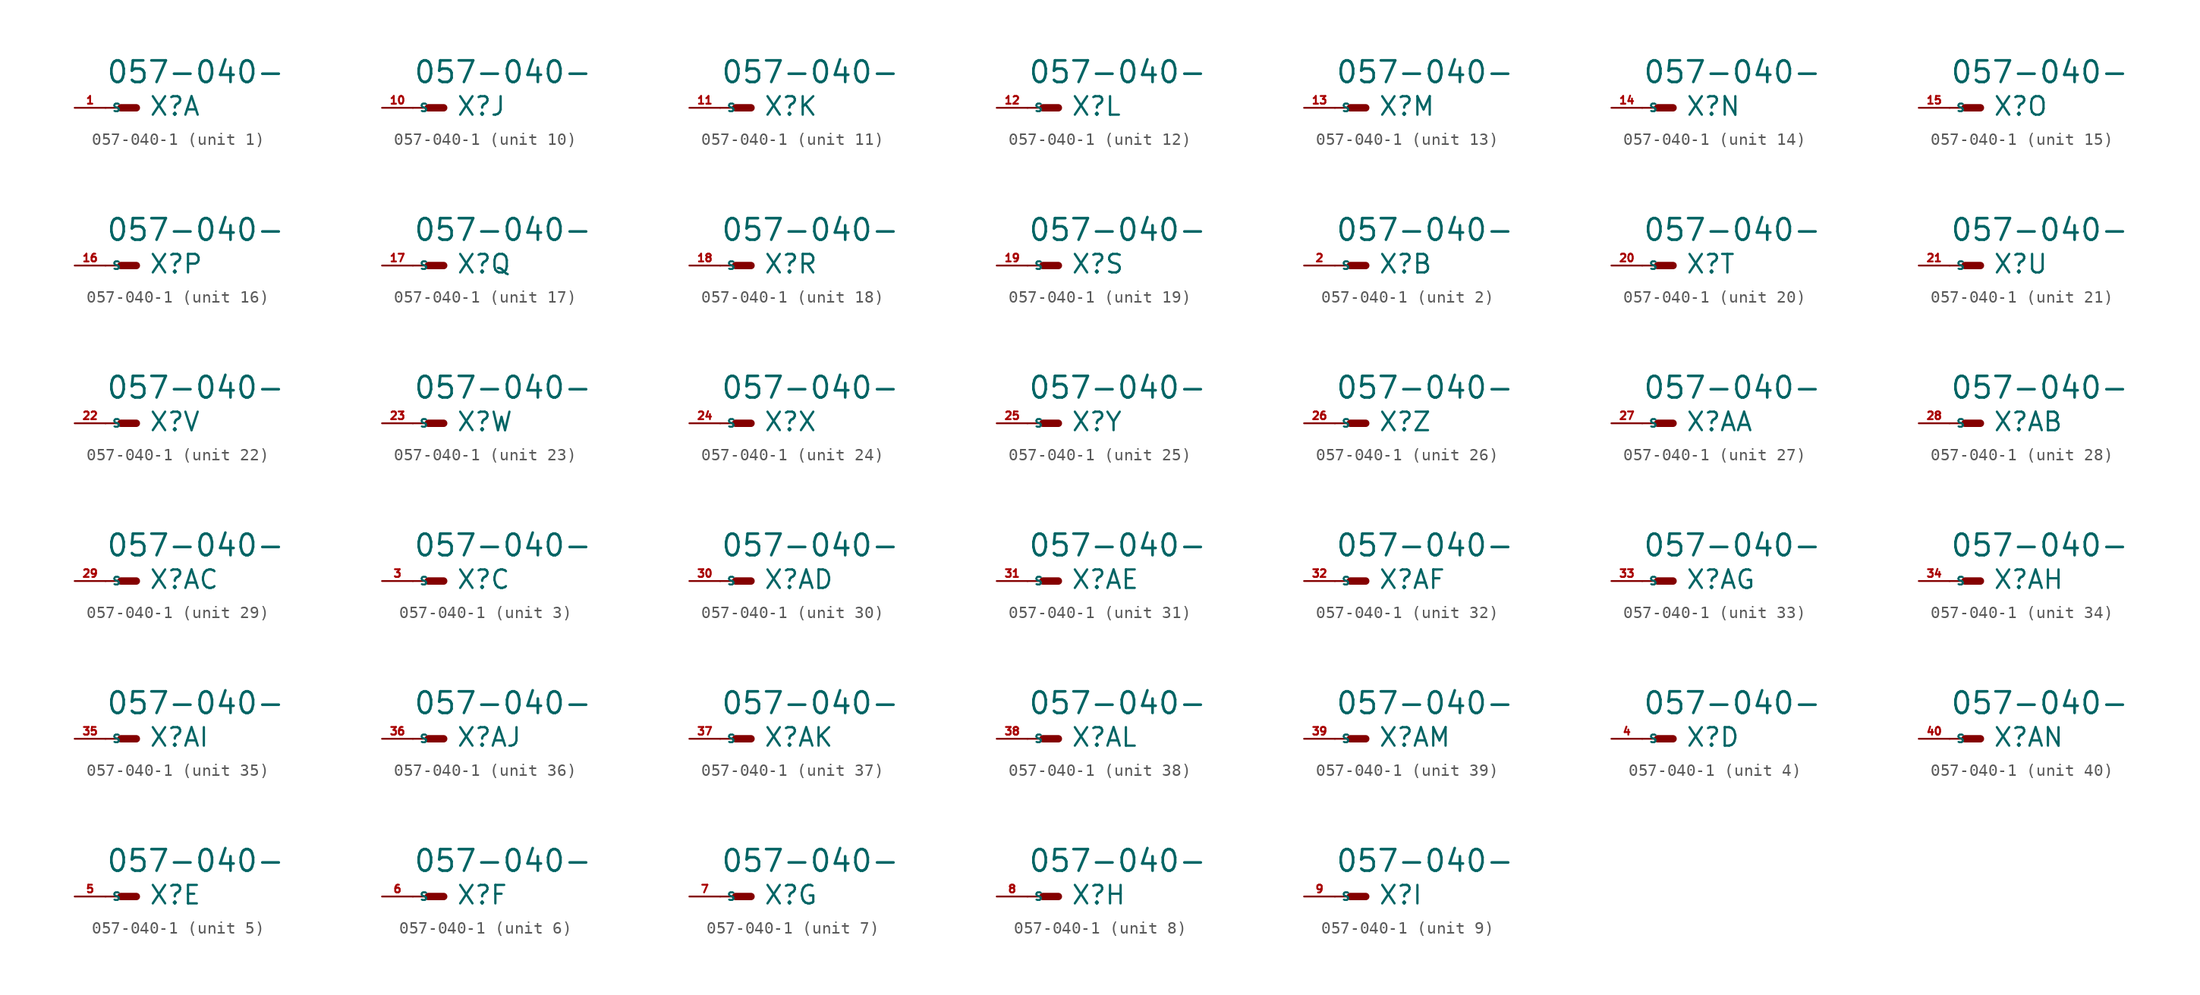
<source format=kicad_sym>
(kicad_symbol_lib
  (version 20220914)
  (generator Eagle2Kicad)
  (symbol "057-040-1"
    (property "Reference" "X"
      (at 1.016 -0.762 0)
      (effects (font (size 1.524 1.524) (thickness 0.19)) (justify left bottom)))
    (property "Value" "057-040-"
      (at -2.54 1.905 0)
      (effects (font (size 1.778 1.778) (thickness 0.22)) (justify left bottom)))
    (symbol "057-040-1_1_0"
      (polyline (pts (xy 0 0) (xy -1.27 0)) (stroke (width 0.61) (type default)) (fill (type none)))
      (polyline (pts (xy -2.54 0) (xy -1.27 0)) (stroke (width 0.152) (type default)) (fill (type none)))
      (pin passive line (at -5.08 0 0) (length 2.54) (name "S" (effects (font (size 0.635 0.635) (thickness 0.08)) (justify left bottom))) (number "1" (effects (font (size 0.635 0.635) (thickness 0.08)) (justify left bottom)))))
    (symbol "057-040-1_2_0"
      (polyline (pts (xy 0 0) (xy -1.27 0)) (stroke (width 0.61) (type default)) (fill (type none)))
      (polyline (pts (xy -2.54 0) (xy -1.27 0)) (stroke (width 0.152) (type default)) (fill (type none)))
      (pin passive line (at -5.08 0 0) (length 2.54) (name "S" (effects (font (size 0.635 0.635) (thickness 0.08)) (justify left bottom))) (number "2" (effects (font (size 0.635 0.635) (thickness 0.08)) (justify left bottom)))))
    (symbol "057-040-1_3_0"
      (polyline (pts (xy 0 0) (xy -1.27 0)) (stroke (width 0.61) (type default)) (fill (type none)))
      (polyline (pts (xy -2.54 0) (xy -1.27 0)) (stroke (width 0.152) (type default)) (fill (type none)))
      (pin passive line (at -5.08 0 0) (length 2.54) (name "S" (effects (font (size 0.635 0.635) (thickness 0.08)) (justify left bottom))) (number "3" (effects (font (size 0.635 0.635) (thickness 0.08)) (justify left bottom)))))
    (symbol "057-040-1_4_0"
      (polyline (pts (xy 0 0) (xy -1.27 0)) (stroke (width 0.61) (type default)) (fill (type none)))
      (polyline (pts (xy -2.54 0) (xy -1.27 0)) (stroke (width 0.152) (type default)) (fill (type none)))
      (pin passive line (at -5.08 0 0) (length 2.54) (name "S" (effects (font (size 0.635 0.635) (thickness 0.08)) (justify left bottom))) (number "4" (effects (font (size 0.635 0.635) (thickness 0.08)) (justify left bottom)))))
    (symbol "057-040-1_5_0"
      (polyline (pts (xy 0 0) (xy -1.27 0)) (stroke (width 0.61) (type default)) (fill (type none)))
      (polyline (pts (xy -2.54 0) (xy -1.27 0)) (stroke (width 0.152) (type default)) (fill (type none)))
      (pin passive line (at -5.08 0 0) (length 2.54) (name "S" (effects (font (size 0.635 0.635) (thickness 0.08)) (justify left bottom))) (number "5" (effects (font (size 0.635 0.635) (thickness 0.08)) (justify left bottom)))))
    (symbol "057-040-1_6_0"
      (polyline (pts (xy 0 0) (xy -1.27 0)) (stroke (width 0.61) (type default)) (fill (type none)))
      (polyline (pts (xy -2.54 0) (xy -1.27 0)) (stroke (width 0.152) (type default)) (fill (type none)))
      (pin passive line (at -5.08 0 0) (length 2.54) (name "S" (effects (font (size 0.635 0.635) (thickness 0.08)) (justify left bottom))) (number "6" (effects (font (size 0.635 0.635) (thickness 0.08)) (justify left bottom)))))
    (symbol "057-040-1_7_0"
      (polyline (pts (xy 0 0) (xy -1.27 0)) (stroke (width 0.61) (type default)) (fill (type none)))
      (polyline (pts (xy -2.54 0) (xy -1.27 0)) (stroke (width 0.152) (type default)) (fill (type none)))
      (pin passive line (at -5.08 0 0) (length 2.54) (name "S" (effects (font (size 0.635 0.635) (thickness 0.08)) (justify left bottom))) (number "7" (effects (font (size 0.635 0.635) (thickness 0.08)) (justify left bottom)))))
    (symbol "057-040-1_8_0"
      (polyline (pts (xy 0 0) (xy -1.27 0)) (stroke (width 0.61) (type default)) (fill (type none)))
      (polyline (pts (xy -2.54 0) (xy -1.27 0)) (stroke (width 0.152) (type default)) (fill (type none)))
      (pin passive line (at -5.08 0 0) (length 2.54) (name "S" (effects (font (size 0.635 0.635) (thickness 0.08)) (justify left bottom))) (number "8" (effects (font (size 0.635 0.635) (thickness 0.08)) (justify left bottom)))))
    (symbol "057-040-1_9_0"
      (polyline (pts (xy 0 0) (xy -1.27 0)) (stroke (width 0.61) (type default)) (fill (type none)))
      (polyline (pts (xy -2.54 0) (xy -1.27 0)) (stroke (width 0.152) (type default)) (fill (type none)))
      (pin passive line (at -5.08 0 0) (length 2.54) (name "S" (effects (font (size 0.635 0.635) (thickness 0.08)) (justify left bottom))) (number "9" (effects (font (size 0.635 0.635) (thickness 0.08)) (justify left bottom)))))
    (symbol "057-040-1_10_0"
      (polyline (pts (xy 0 0) (xy -1.27 0)) (stroke (width 0.61) (type default)) (fill (type none)))
      (polyline (pts (xy -2.54 0) (xy -1.27 0)) (stroke (width 0.152) (type default)) (fill (type none)))
      (pin passive line (at -5.08 0 0) (length 2.54) (name "S" (effects (font (size 0.635 0.635) (thickness 0.08)) (justify left bottom))) (number "10" (effects (font (size 0.635 0.635) (thickness 0.08)) (justify left bottom)))))
    (symbol "057-040-1_11_0"
      (polyline (pts (xy 0 0) (xy -1.27 0)) (stroke (width 0.61) (type default)) (fill (type none)))
      (polyline (pts (xy -2.54 0) (xy -1.27 0)) (stroke (width 0.152) (type default)) (fill (type none)))
      (pin passive line (at -5.08 0 0) (length 2.54) (name "S" (effects (font (size 0.635 0.635) (thickness 0.08)) (justify left bottom))) (number "11" (effects (font (size 0.635 0.635) (thickness 0.08)) (justify left bottom)))))
    (symbol "057-040-1_12_0"
      (polyline (pts (xy 0 0) (xy -1.27 0)) (stroke (width 0.61) (type default)) (fill (type none)))
      (polyline (pts (xy -2.54 0) (xy -1.27 0)) (stroke (width 0.152) (type default)) (fill (type none)))
      (pin passive line (at -5.08 0 0) (length 2.54) (name "S" (effects (font (size 0.635 0.635) (thickness 0.08)) (justify left bottom))) (number "12" (effects (font (size 0.635 0.635) (thickness 0.08)) (justify left bottom)))))
    (symbol "057-040-1_13_0"
      (polyline (pts (xy 0 0) (xy -1.27 0)) (stroke (width 0.61) (type default)) (fill (type none)))
      (polyline (pts (xy -2.54 0) (xy -1.27 0)) (stroke (width 0.152) (type default)) (fill (type none)))
      (pin passive line (at -5.08 0 0) (length 2.54) (name "S" (effects (font (size 0.635 0.635) (thickness 0.08)) (justify left bottom))) (number "13" (effects (font (size 0.635 0.635) (thickness 0.08)) (justify left bottom)))))
    (symbol "057-040-1_14_0"
      (polyline (pts (xy 0 0) (xy -1.27 0)) (stroke (width 0.61) (type default)) (fill (type none)))
      (polyline (pts (xy -2.54 0) (xy -1.27 0)) (stroke (width 0.152) (type default)) (fill (type none)))
      (pin passive line (at -5.08 0 0) (length 2.54) (name "S" (effects (font (size 0.635 0.635) (thickness 0.08)) (justify left bottom))) (number "14" (effects (font (size 0.635 0.635) (thickness 0.08)) (justify left bottom)))))
    (symbol "057-040-1_15_0"
      (polyline (pts (xy 0 0) (xy -1.27 0)) (stroke (width 0.61) (type default)) (fill (type none)))
      (polyline (pts (xy -2.54 0) (xy -1.27 0)) (stroke (width 0.152) (type default)) (fill (type none)))
      (pin passive line (at -5.08 0 0) (length 2.54) (name "S" (effects (font (size 0.635 0.635) (thickness 0.08)) (justify left bottom))) (number "15" (effects (font (size 0.635 0.635) (thickness 0.08)) (justify left bottom)))))
    (symbol "057-040-1_16_0"
      (polyline (pts (xy 0 0) (xy -1.27 0)) (stroke (width 0.61) (type default)) (fill (type none)))
      (polyline (pts (xy -2.54 0) (xy -1.27 0)) (stroke (width 0.152) (type default)) (fill (type none)))
      (pin passive line (at -5.08 0 0) (length 2.54) (name "S" (effects (font (size 0.635 0.635) (thickness 0.08)) (justify left bottom))) (number "16" (effects (font (size 0.635 0.635) (thickness 0.08)) (justify left bottom)))))
    (symbol "057-040-1_17_0"
      (polyline (pts (xy 0 0) (xy -1.27 0)) (stroke (width 0.61) (type default)) (fill (type none)))
      (polyline (pts (xy -2.54 0) (xy -1.27 0)) (stroke (width 0.152) (type default)) (fill (type none)))
      (pin passive line (at -5.08 0 0) (length 2.54) (name "S" (effects (font (size 0.635 0.635) (thickness 0.08)) (justify left bottom))) (number "17" (effects (font (size 0.635 0.635) (thickness 0.08)) (justify left bottom)))))
    (symbol "057-040-1_18_0"
      (polyline (pts (xy 0 0) (xy -1.27 0)) (stroke (width 0.61) (type default)) (fill (type none)))
      (polyline (pts (xy -2.54 0) (xy -1.27 0)) (stroke (width 0.152) (type default)) (fill (type none)))
      (pin passive line (at -5.08 0 0) (length 2.54) (name "S" (effects (font (size 0.635 0.635) (thickness 0.08)) (justify left bottom))) (number "18" (effects (font (size 0.635 0.635) (thickness 0.08)) (justify left bottom)))))
    (symbol "057-040-1_19_0"
      (polyline (pts (xy 0 0) (xy -1.27 0)) (stroke (width 0.61) (type default)) (fill (type none)))
      (polyline (pts (xy -2.54 0) (xy -1.27 0)) (stroke (width 0.152) (type default)) (fill (type none)))
      (pin passive line (at -5.08 0 0) (length 2.54) (name "S" (effects (font (size 0.635 0.635) (thickness 0.08)) (justify left bottom))) (number "19" (effects (font (size 0.635 0.635) (thickness 0.08)) (justify left bottom)))))
    (symbol "057-040-1_20_0"
      (polyline (pts (xy 0 0) (xy -1.27 0)) (stroke (width 0.61) (type default)) (fill (type none)))
      (polyline (pts (xy -2.54 0) (xy -1.27 0)) (stroke (width 0.152) (type default)) (fill (type none)))
      (pin passive line (at -5.08 0 0) (length 2.54) (name "S" (effects (font (size 0.635 0.635) (thickness 0.08)) (justify left bottom))) (number "20" (effects (font (size 0.635 0.635) (thickness 0.08)) (justify left bottom)))))
    (symbol "057-040-1_21_0"
      (polyline (pts (xy 0 0) (xy -1.27 0)) (stroke (width 0.61) (type default)) (fill (type none)))
      (polyline (pts (xy -2.54 0) (xy -1.27 0)) (stroke (width 0.152) (type default)) (fill (type none)))
      (pin passive line (at -5.08 0 0) (length 2.54) (name "S" (effects (font (size 0.635 0.635) (thickness 0.08)) (justify left bottom))) (number "21" (effects (font (size 0.635 0.635) (thickness 0.08)) (justify left bottom)))))
    (symbol "057-040-1_22_0"
      (polyline (pts (xy 0 0) (xy -1.27 0)) (stroke (width 0.61) (type default)) (fill (type none)))
      (polyline (pts (xy -2.54 0) (xy -1.27 0)) (stroke (width 0.152) (type default)) (fill (type none)))
      (pin passive line (at -5.08 0 0) (length 2.54) (name "S" (effects (font (size 0.635 0.635) (thickness 0.08)) (justify left bottom))) (number "22" (effects (font (size 0.635 0.635) (thickness 0.08)) (justify left bottom)))))
    (symbol "057-040-1_23_0"
      (polyline (pts (xy 0 0) (xy -1.27 0)) (stroke (width 0.61) (type default)) (fill (type none)))
      (polyline (pts (xy -2.54 0) (xy -1.27 0)) (stroke (width 0.152) (type default)) (fill (type none)))
      (pin passive line (at -5.08 0 0) (length 2.54) (name "S" (effects (font (size 0.635 0.635) (thickness 0.08)) (justify left bottom))) (number "23" (effects (font (size 0.635 0.635) (thickness 0.08)) (justify left bottom)))))
    (symbol "057-040-1_24_0"
      (polyline (pts (xy 0 0) (xy -1.27 0)) (stroke (width 0.61) (type default)) (fill (type none)))
      (polyline (pts (xy -2.54 0) (xy -1.27 0)) (stroke (width 0.152) (type default)) (fill (type none)))
      (pin passive line (at -5.08 0 0) (length 2.54) (name "S" (effects (font (size 0.635 0.635) (thickness 0.08)) (justify left bottom))) (number "24" (effects (font (size 0.635 0.635) (thickness 0.08)) (justify left bottom)))))
    (symbol "057-040-1_25_0"
      (polyline (pts (xy 0 0) (xy -1.27 0)) (stroke (width 0.61) (type default)) (fill (type none)))
      (polyline (pts (xy -2.54 0) (xy -1.27 0)) (stroke (width 0.152) (type default)) (fill (type none)))
      (pin passive line (at -5.08 0 0) (length 2.54) (name "S" (effects (font (size 0.635 0.635) (thickness 0.08)) (justify left bottom))) (number "25" (effects (font (size 0.635 0.635) (thickness 0.08)) (justify left bottom)))))
    (symbol "057-040-1_26_0"
      (polyline (pts (xy 0 0) (xy -1.27 0)) (stroke (width 0.61) (type default)) (fill (type none)))
      (polyline (pts (xy -2.54 0) (xy -1.27 0)) (stroke (width 0.152) (type default)) (fill (type none)))
      (pin passive line (at -5.08 0 0) (length 2.54) (name "S" (effects (font (size 0.635 0.635) (thickness 0.08)) (justify left bottom))) (number "26" (effects (font (size 0.635 0.635) (thickness 0.08)) (justify left bottom)))))
    (symbol "057-040-1_27_0"
      (polyline (pts (xy 0 0) (xy -1.27 0)) (stroke (width 0.61) (type default)) (fill (type none)))
      (polyline (pts (xy -2.54 0) (xy -1.27 0)) (stroke (width 0.152) (type default)) (fill (type none)))
      (pin passive line (at -5.08 0 0) (length 2.54) (name "S" (effects (font (size 0.635 0.635) (thickness 0.08)) (justify left bottom))) (number "27" (effects (font (size 0.635 0.635) (thickness 0.08)) (justify left bottom)))))
    (symbol "057-040-1_28_0"
      (polyline (pts (xy 0 0) (xy -1.27 0)) (stroke (width 0.61) (type default)) (fill (type none)))
      (polyline (pts (xy -2.54 0) (xy -1.27 0)) (stroke (width 0.152) (type default)) (fill (type none)))
      (pin passive line (at -5.08 0 0) (length 2.54) (name "S" (effects (font (size 0.635 0.635) (thickness 0.08)) (justify left bottom))) (number "28" (effects (font (size 0.635 0.635) (thickness 0.08)) (justify left bottom)))))
    (symbol "057-040-1_29_0"
      (polyline (pts (xy 0 0) (xy -1.27 0)) (stroke (width 0.61) (type default)) (fill (type none)))
      (polyline (pts (xy -2.54 0) (xy -1.27 0)) (stroke (width 0.152) (type default)) (fill (type none)))
      (pin passive line (at -5.08 0 0) (length 2.54) (name "S" (effects (font (size 0.635 0.635) (thickness 0.08)) (justify left bottom))) (number "29" (effects (font (size 0.635 0.635) (thickness 0.08)) (justify left bottom)))))
    (symbol "057-040-1_30_0"
      (polyline (pts (xy 0 0) (xy -1.27 0)) (stroke (width 0.61) (type default)) (fill (type none)))
      (polyline (pts (xy -2.54 0) (xy -1.27 0)) (stroke (width 0.152) (type default)) (fill (type none)))
      (pin passive line (at -5.08 0 0) (length 2.54) (name "S" (effects (font (size 0.635 0.635) (thickness 0.08)) (justify left bottom))) (number "30" (effects (font (size 0.635 0.635) (thickness 0.08)) (justify left bottom)))))
    (symbol "057-040-1_31_0"
      (polyline (pts (xy 0 0) (xy -1.27 0)) (stroke (width 0.61) (type default)) (fill (type none)))
      (polyline (pts (xy -2.54 0) (xy -1.27 0)) (stroke (width 0.152) (type default)) (fill (type none)))
      (pin passive line (at -5.08 0 0) (length 2.54) (name "S" (effects (font (size 0.635 0.635) (thickness 0.08)) (justify left bottom))) (number "31" (effects (font (size 0.635 0.635) (thickness 0.08)) (justify left bottom)))))
    (symbol "057-040-1_32_0"
      (polyline (pts (xy 0 0) (xy -1.27 0)) (stroke (width 0.61) (type default)) (fill (type none)))
      (polyline (pts (xy -2.54 0) (xy -1.27 0)) (stroke (width 0.152) (type default)) (fill (type none)))
      (pin passive line (at -5.08 0 0) (length 2.54) (name "S" (effects (font (size 0.635 0.635) (thickness 0.08)) (justify left bottom))) (number "32" (effects (font (size 0.635 0.635) (thickness 0.08)) (justify left bottom)))))
    (symbol "057-040-1_33_0"
      (polyline (pts (xy 0 0) (xy -1.27 0)) (stroke (width 0.61) (type default)) (fill (type none)))
      (polyline (pts (xy -2.54 0) (xy -1.27 0)) (stroke (width 0.152) (type default)) (fill (type none)))
      (pin passive line (at -5.08 0 0) (length 2.54) (name "S" (effects (font (size 0.635 0.635) (thickness 0.08)) (justify left bottom))) (number "33" (effects (font (size 0.635 0.635) (thickness 0.08)) (justify left bottom)))))
    (symbol "057-040-1_34_0"
      (polyline (pts (xy 0 0) (xy -1.27 0)) (stroke (width 0.61) (type default)) (fill (type none)))
      (polyline (pts (xy -2.54 0) (xy -1.27 0)) (stroke (width 0.152) (type default)) (fill (type none)))
      (pin passive line (at -5.08 0 0) (length 2.54) (name "S" (effects (font (size 0.635 0.635) (thickness 0.08)) (justify left bottom))) (number "34" (effects (font (size 0.635 0.635) (thickness 0.08)) (justify left bottom)))))
    (symbol "057-040-1_35_0"
      (polyline (pts (xy 0 0) (xy -1.27 0)) (stroke (width 0.61) (type default)) (fill (type none)))
      (polyline (pts (xy -2.54 0) (xy -1.27 0)) (stroke (width 0.152) (type default)) (fill (type none)))
      (pin passive line (at -5.08 0 0) (length 2.54) (name "S" (effects (font (size 0.635 0.635) (thickness 0.08)) (justify left bottom))) (number "35" (effects (font (size 0.635 0.635) (thickness 0.08)) (justify left bottom)))))
    (symbol "057-040-1_36_0"
      (polyline (pts (xy 0 0) (xy -1.27 0)) (stroke (width 0.61) (type default)) (fill (type none)))
      (polyline (pts (xy -2.54 0) (xy -1.27 0)) (stroke (width 0.152) (type default)) (fill (type none)))
      (pin passive line (at -5.08 0 0) (length 2.54) (name "S" (effects (font (size 0.635 0.635) (thickness 0.08)) (justify left bottom))) (number "36" (effects (font (size 0.635 0.635) (thickness 0.08)) (justify left bottom)))))
    (symbol "057-040-1_37_0"
      (polyline (pts (xy 0 0) (xy -1.27 0)) (stroke (width 0.61) (type default)) (fill (type none)))
      (polyline (pts (xy -2.54 0) (xy -1.27 0)) (stroke (width 0.152) (type default)) (fill (type none)))
      (pin passive line (at -5.08 0 0) (length 2.54) (name "S" (effects (font (size 0.635 0.635) (thickness 0.08)) (justify left bottom))) (number "37" (effects (font (size 0.635 0.635) (thickness 0.08)) (justify left bottom)))))
    (symbol "057-040-1_38_0"
      (polyline (pts (xy 0 0) (xy -1.27 0)) (stroke (width 0.61) (type default)) (fill (type none)))
      (polyline (pts (xy -2.54 0) (xy -1.27 0)) (stroke (width 0.152) (type default)) (fill (type none)))
      (pin passive line (at -5.08 0 0) (length 2.54) (name "S" (effects (font (size 0.635 0.635) (thickness 0.08)) (justify left bottom))) (number "38" (effects (font (size 0.635 0.635) (thickness 0.08)) (justify left bottom)))))
    (symbol "057-040-1_39_0"
      (polyline (pts (xy 0 0) (xy -1.27 0)) (stroke (width 0.61) (type default)) (fill (type none)))
      (polyline (pts (xy -2.54 0) (xy -1.27 0)) (stroke (width 0.152) (type default)) (fill (type none)))
      (pin passive line (at -5.08 0 0) (length 2.54) (name "S" (effects (font (size 0.635 0.635) (thickness 0.08)) (justify left bottom))) (number "39" (effects (font (size 0.635 0.635) (thickness 0.08)) (justify left bottom)))))
    (symbol "057-040-1_40_0"
      (polyline (pts (xy 0 0) (xy -1.27 0)) (stroke (width 0.61) (type default)) (fill (type none)))
      (polyline (pts (xy -2.54 0) (xy -1.27 0)) (stroke (width 0.152) (type default)) (fill (type none)))
      (pin passive line (at -5.08 0 0) (length 2.54) (name "S" (effects (font (size 0.635 0.635) (thickness 0.08)) (justify left bottom))) (number "40" (effects (font (size 0.635 0.635) (thickness 0.08)) (justify left bottom)))))))
</source>
